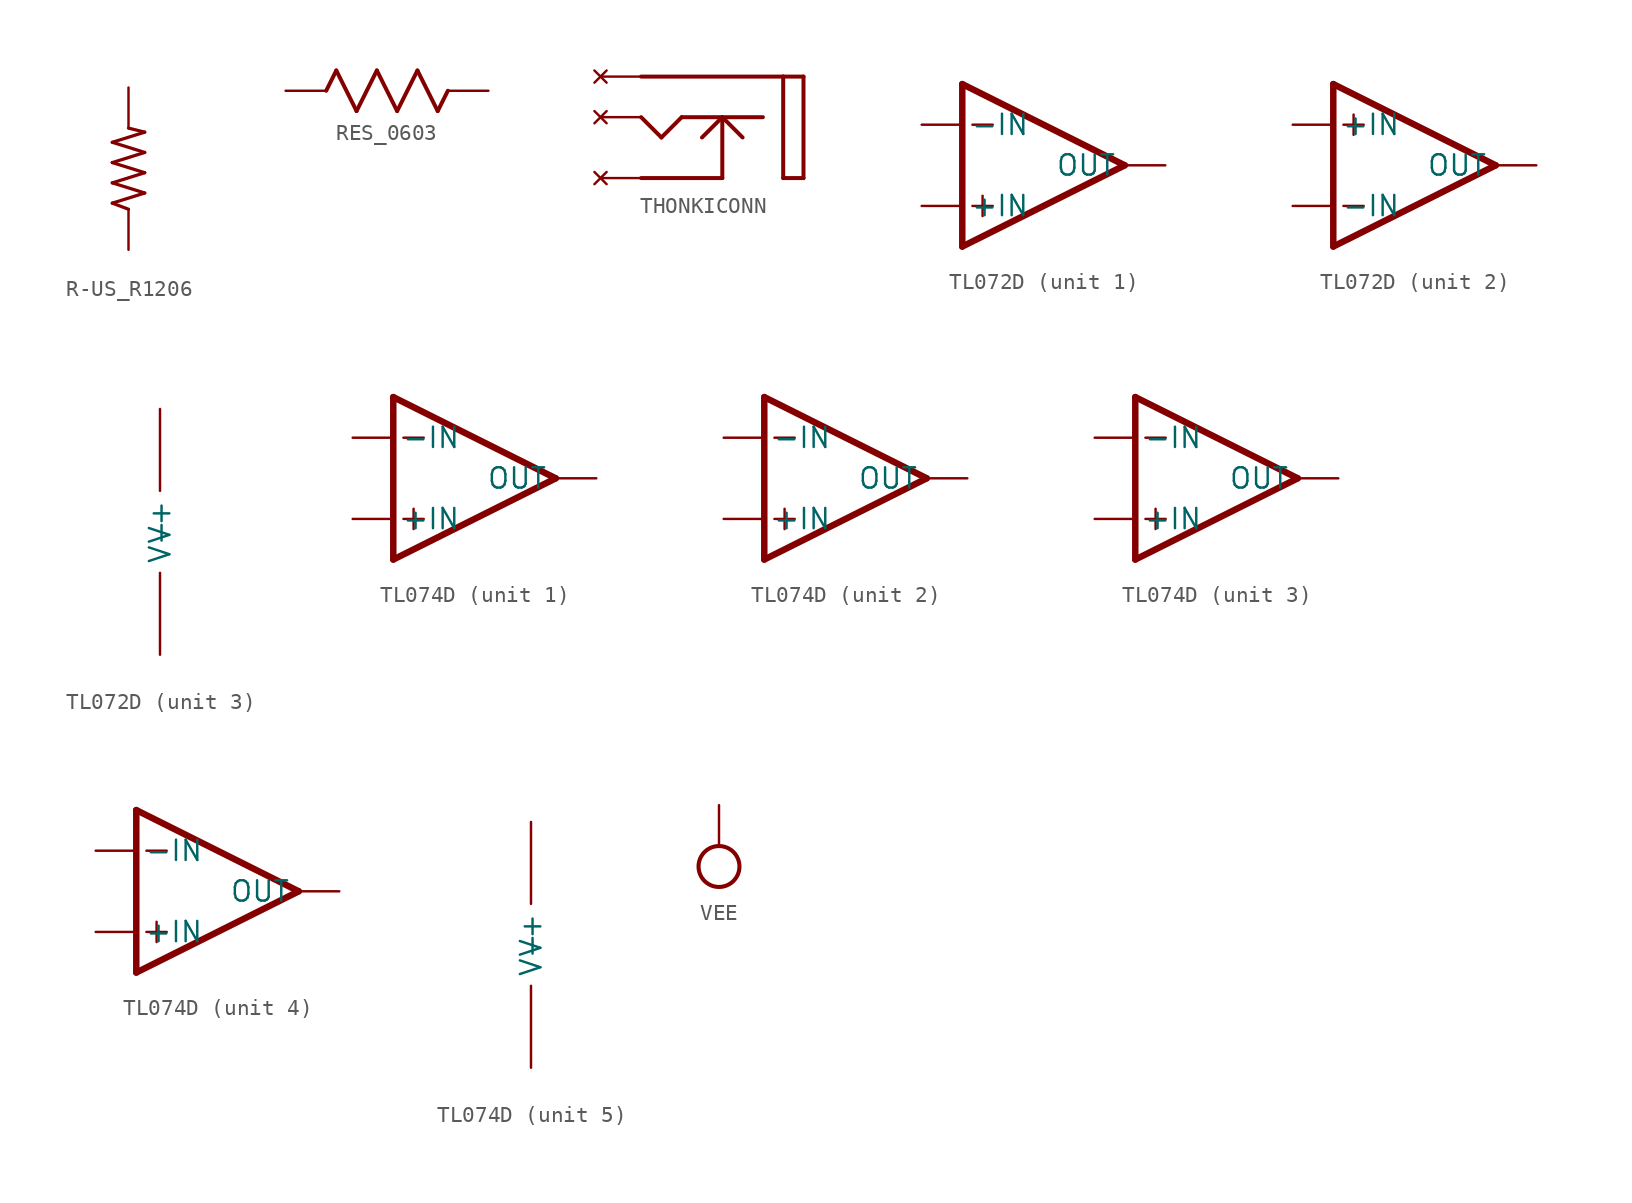
<source format=kicad_sym>
(kicad_symbol_lib
  (version 20231120)
  (generator "kicad_symbol_editor")
  (generator_version "8.0")
  (symbol "R-US_R1206"
    (property "Reference" "R"
      (at 0 0 0)
      (effects (font (size 1.27 1.27)) (hide yes)))
    (property "ki_locked" ""
      (at 0 0 0)
      (effects (font (size 1.27 1.27))))
    (symbol "R-US_R1206_1_0"
      (polyline (pts (xy -1.016 -2.159) (xy 1.016 -1.524)) (stroke (width 0.203) (type solid)) (fill (type none)))
      (polyline (pts (xy -1.016 -0.889) (xy 1.016 -0.254)) (stroke (width 0.203) (type solid)) (fill (type none)))
      (polyline (pts (xy -1.016 0.381) (xy 1.016 1.016)) (stroke (width 0.203) (type solid)) (fill (type none)))
      (polyline (pts (xy -1.016 1.651) (xy 1.016 2.286)) (stroke (width 0.203) (type solid)) (fill (type none)))
      (polyline (pts (xy 0 -2.54) (xy -1.016 -2.159)) (stroke (width 0.203) (type solid)) (fill (type none)))
      (polyline (pts (xy 1.016 -1.524) (xy -1.016 -0.889)) (stroke (width 0.203) (type solid)) (fill (type none)))
      (polyline (pts (xy 1.016 -0.254) (xy -1.016 0.381)) (stroke (width 0.203) (type solid)) (fill (type none)))
      (polyline (pts (xy 1.016 1.016) (xy -1.016 1.651)) (stroke (width 0.203) (type solid)) (fill (type none)))
      (polyline (pts (xy 1.016 2.286) (xy 0 2.54)) (stroke (width 0.203) (type solid)) (fill (type none)))
      (pin passive line (at 0 -5.08 90) (length 2.54) (name "1" (effects (font (size 0 0)))) (number "1" (effects (font (size 0 0)))))
      (pin passive line (at 0 5.08 270) (length 2.54) (name "2" (effects (font (size 0 0)))) (number "2" (effects (font (size 0 0)))))))
  (symbol "RES_0603"
    (property "Reference" "R"
      (at 0 0 0)
      (effects (font (size 1.27 1.27)) (hide yes)))
    (property "ki_locked" ""
      (at 0 0 0)
      (effects (font (size 1.27 1.27))))
    (symbol "RES_0603_1_0"
      (polyline (pts (xy -3.81 0) (xy -3.175 1.27)) (stroke (width 0.25) (type solid)) (fill (type none)))
      (polyline (pts (xy -3.175 1.27) (xy -1.905 -1.27)) (stroke (width 0.25) (type solid)) (fill (type none)))
      (polyline (pts (xy -1.905 -1.27) (xy -0.635 1.27)) (stroke (width 0.25) (type solid)) (fill (type none)))
      (polyline (pts (xy -0.635 1.27) (xy 0.635 -1.27)) (stroke (width 0.25) (type solid)) (fill (type none)))
      (polyline (pts (xy 0.635 -1.27) (xy 1.905 1.27)) (stroke (width 0.25) (type solid)) (fill (type none)))
      (polyline (pts (xy 1.905 1.27) (xy 3.175 -1.27)) (stroke (width 0.25) (type solid)) (fill (type none)))
      (polyline (pts (xy 3.175 -1.27) (xy 3.81 0)) (stroke (width 0.25) (type solid)) (fill (type none)))
      (pin passive line (at -6.35 0 0) (length 2.54) (name "1" (effects (font (size 0 0)))) (number "1" (effects (font (size 0 0)))))
      (pin passive line (at 6.35 0 180) (length 2.54) (name "2" (effects (font (size 0 0)))) (number "2" (effects (font (size 0 0)))))))
  (symbol "THONKICONN"
    (property "Reference" "J"
      (at 0 0 0)
      (effects (font (size 1.27 1.27)) (hide yes)))
    (property "ki_locked" ""
      (at 0 0 0)
      (effects (font (size 1.27 1.27))))
    (symbol "THONKICONN_1_0"
      (polyline (pts (xy -5.08 -3.175) (xy 0 -3.175)) (stroke (width 0.25) (type solid)) (fill (type none)))
      (polyline (pts (xy -5.08 0.635) (xy -3.81 -0.635)) (stroke (width 0.25) (type solid)) (fill (type none)))
      (polyline (pts (xy -3.81 -0.635) (xy -2.54 0.635)) (stroke (width 0.25) (type solid)) (fill (type none)))
      (polyline (pts (xy -2.54 0.635) (xy 2.54 0.635)) (stroke (width 0.25) (type solid)) (fill (type none)))
      (polyline (pts (xy -1.27 -0.635) (xy 0 0.635)) (stroke (width 0.25) (type solid)) (fill (type none)))
      (polyline (pts (xy 0 0.635) (xy 0 -3.175)) (stroke (width 0.25) (type solid)) (fill (type none)))
      (polyline (pts (xy 1.27 -0.635) (xy 0 0.635)) (stroke (width 0.25) (type solid)) (fill (type none)))
      (polyline (pts (xy 3.81 -3.175) (xy 3.81 3.175)) (stroke (width 0.25) (type solid)) (fill (type none)))
      (polyline (pts (xy 3.81 3.175) (xy -5.08 3.175)) (stroke (width 0.25) (type solid)) (fill (type none)))
      (polyline (pts (xy 3.81 3.175) (xy 5.08 3.175)) (stroke (width 0.25) (type solid)) (fill (type none)))
      (polyline (pts (xy 5.08 -3.175) (xy 3.81 -3.175)) (stroke (width 0.25) (type solid)) (fill (type none)))
      (polyline (pts (xy 5.08 3.175) (xy 5.08 -3.175)) (stroke (width 0.25) (type solid)) (fill (type none)))
      (pin no_connect line (at -7.62 -3.175 0) (length 2.54) (name "TN" (effects (font (size 0 0)))) (number "1" (effects (font (size 0 0)))))
      (pin no_connect line (at -7.62 0.635 0) (length 2.54) (name "Tip" (effects (font (size 0 0)))) (number "2" (effects (font (size 0 0)))))
      (pin no_connect line (at -7.62 3.175 0) (length 2.54) (name "GND" (effects (font (size 0 0)))) (number "3" (effects (font (size 0 0)))))))
  (symbol "TL072D"
    (property "Reference" "IC"
      (at 0 0 0)
      (effects (font (size 1.27 1.27)) (hide yes)))
    (property "ki_locked" ""
      (at 0 0 0)
      (effects (font (size 1.27 1.27))))
    (symbol "TL072D_1_0"
      (polyline (pts (xy -5.08 -5.08) (xy -5.08 5.08)) (stroke (width 0.406) (type solid)) (fill (type none)))
      (polyline (pts (xy -5.08 5.08) (xy 5.08 0)) (stroke (width 0.406) (type solid)) (fill (type none)))
      (polyline (pts (xy -4.445 -2.54) (xy -3.175 -2.54)) (stroke (width 0.152) (type solid)) (fill (type none)))
      (polyline (pts (xy -4.445 2.54) (xy -3.175 2.54)) (stroke (width 0.152) (type solid)) (fill (type none)))
      (polyline (pts (xy -3.81 -3.175) (xy -3.81 -1.905)) (stroke (width 0.152) (type solid)) (fill (type none)))
      (polyline (pts (xy 5.08 0) (xy -5.08 -5.08)) (stroke (width 0.406) (type solid)) (fill (type none)))
      (pin output line (at 7.62 0 180) (length 2.54) (name "OUT" (effects (font (size 1.27 1.27)))) (number "1" (effects (font (size 0 0)))))
      (pin input line (at -7.62 2.54 0) (length 2.54) (name "-IN" (effects (font (size 1.27 1.27)))) (number "2" (effects (font (size 0 0)))))
      (pin input line (at -7.62 -2.54 0) (length 2.54) (name "+IN" (effects (font (size 1.27 1.27)))) (number "3" (effects (font (size 0 0))))))
    (symbol "TL072D_2_0"
      (polyline (pts (xy -5.08 -5.08) (xy 5.08 0)) (stroke (width 0.406) (type solid)) (fill (type none)))
      (polyline (pts (xy -5.08 5.08) (xy -5.08 -5.08)) (stroke (width 0.406) (type solid)) (fill (type none)))
      (polyline (pts (xy -4.445 -2.54) (xy -3.175 -2.54)) (stroke (width 0.152) (type solid)) (fill (type none)))
      (polyline (pts (xy -4.445 2.54) (xy -3.175 2.54)) (stroke (width 0.152) (type solid)) (fill (type none)))
      (polyline (pts (xy -3.81 3.175) (xy -3.81 1.905)) (stroke (width 0.152) (type solid)) (fill (type none)))
      (polyline (pts (xy 5.08 0) (xy -5.08 5.08)) (stroke (width 0.406) (type solid)) (fill (type none)))
      (pin input line (at -7.62 2.54 0) (length 2.54) (name "+IN" (effects (font (size 1.27 1.27)))) (number "5" (effects (font (size 0 0)))))
      (pin input line (at -7.62 -2.54 0) (length 2.54) (name "-IN" (effects (font (size 1.27 1.27)))) (number "6" (effects (font (size 0 0)))))
      (pin output line (at 7.62 0 180) (length 2.54) (name "OUT" (effects (font (size 1.27 1.27)))) (number "7" (effects (font (size 0 0))))))
    (symbol "TL072D_3_0"
      (pin power_in line (at 0 -7.62 90) (length 5.08) (name "V-" (effects (font (size 1.27 1.27)))) (number "4" (effects (font (size 0 0)))))
      (pin power_in line (at 0 7.62 270) (length 5.08) (name "V+" (effects (font (size 1.27 1.27)))) (number "8" (effects (font (size 0 0)))))))
  (symbol "TL074D"
    (property "Reference" "IC"
      (at 0 0 0)
      (effects (font (size 1.27 1.27)) (hide yes)))
    (property "ki_locked" ""
      (at 0 0 0)
      (effects (font (size 1.27 1.27))))
    (symbol "TL074D_1_0"
      (polyline (pts (xy -5.08 -5.08) (xy -5.08 5.08)) (stroke (width 0.406) (type solid)) (fill (type none)))
      (polyline (pts (xy -5.08 5.08) (xy 5.08 0)) (stroke (width 0.406) (type solid)) (fill (type none)))
      (polyline (pts (xy -4.445 -2.54) (xy -3.175 -2.54)) (stroke (width 0.152) (type solid)) (fill (type none)))
      (polyline (pts (xy -4.445 2.54) (xy -3.175 2.54)) (stroke (width 0.152) (type solid)) (fill (type none)))
      (polyline (pts (xy -3.81 -3.175) (xy -3.81 -1.905)) (stroke (width 0.152) (type solid)) (fill (type none)))
      (polyline (pts (xy 5.08 0) (xy -5.08 -5.08)) (stroke (width 0.406) (type solid)) (fill (type none)))
      (pin output line (at 7.62 0 180) (length 2.54) (name "OUT" (effects (font (size 1.27 1.27)))) (number "1" (effects (font (size 0 0)))))
      (pin input line (at -7.62 2.54 0) (length 2.54) (name "-IN" (effects (font (size 1.27 1.27)))) (number "2" (effects (font (size 0 0)))))
      (pin input line (at -7.62 -2.54 0) (length 2.54) (name "+IN" (effects (font (size 1.27 1.27)))) (number "3" (effects (font (size 0 0))))))
    (symbol "TL074D_2_0"
      (polyline (pts (xy -5.08 -5.08) (xy -5.08 5.08)) (stroke (width 0.406) (type solid)) (fill (type none)))
      (polyline (pts (xy -5.08 5.08) (xy 5.08 0)) (stroke (width 0.406) (type solid)) (fill (type none)))
      (polyline (pts (xy -4.445 -2.54) (xy -3.175 -2.54)) (stroke (width 0.152) (type solid)) (fill (type none)))
      (polyline (pts (xy -4.445 2.54) (xy -3.175 2.54)) (stroke (width 0.152) (type solid)) (fill (type none)))
      (polyline (pts (xy -3.81 -3.175) (xy -3.81 -1.905)) (stroke (width 0.152) (type solid)) (fill (type none)))
      (polyline (pts (xy 5.08 0) (xy -5.08 -5.08)) (stroke (width 0.406) (type solid)) (fill (type none)))
      (pin input line (at -7.62 -2.54 0) (length 2.54) (name "+IN" (effects (font (size 1.27 1.27)))) (number "5" (effects (font (size 0 0)))))
      (pin input line (at -7.62 2.54 0) (length 2.54) (name "-IN" (effects (font (size 1.27 1.27)))) (number "6" (effects (font (size 0 0)))))
      (pin output line (at 7.62 0 180) (length 2.54) (name "OUT" (effects (font (size 1.27 1.27)))) (number "7" (effects (font (size 0 0))))))
    (symbol "TL074D_3_0"
      (polyline (pts (xy -5.08 -5.08) (xy -5.08 5.08)) (stroke (width 0.406) (type solid)) (fill (type none)))
      (polyline (pts (xy -5.08 5.08) (xy 5.08 0)) (stroke (width 0.406) (type solid)) (fill (type none)))
      (polyline (pts (xy -4.445 -2.54) (xy -3.175 -2.54)) (stroke (width 0.152) (type solid)) (fill (type none)))
      (polyline (pts (xy -4.445 2.54) (xy -3.175 2.54)) (stroke (width 0.152) (type solid)) (fill (type none)))
      (polyline (pts (xy -3.81 -3.175) (xy -3.81 -1.905)) (stroke (width 0.152) (type solid)) (fill (type none)))
      (polyline (pts (xy 5.08 0) (xy -5.08 -5.08)) (stroke (width 0.406) (type solid)) (fill (type none)))
      (pin input line (at -7.62 -2.54 0) (length 2.54) (name "+IN" (effects (font (size 1.27 1.27)))) (number "10" (effects (font (size 0 0)))))
      (pin output line (at 7.62 0 180) (length 2.54) (name "OUT" (effects (font (size 1.27 1.27)))) (number "8" (effects (font (size 0 0)))))
      (pin input line (at -7.62 2.54 0) (length 2.54) (name "-IN" (effects (font (size 1.27 1.27)))) (number "9" (effects (font (size 0 0))))))
    (symbol "TL074D_4_0"
      (polyline (pts (xy -5.08 -5.08) (xy -5.08 5.08)) (stroke (width 0.406) (type solid)) (fill (type none)))
      (polyline (pts (xy -5.08 5.08) (xy 5.08 0)) (stroke (width 0.406) (type solid)) (fill (type none)))
      (polyline (pts (xy -4.445 -2.54) (xy -3.175 -2.54)) (stroke (width 0.152) (type solid)) (fill (type none)))
      (polyline (pts (xy -4.445 2.54) (xy -3.175 2.54)) (stroke (width 0.152) (type solid)) (fill (type none)))
      (polyline (pts (xy -3.81 -3.175) (xy -3.81 -1.905)) (stroke (width 0.152) (type solid)) (fill (type none)))
      (polyline (pts (xy 5.08 0) (xy -5.08 -5.08)) (stroke (width 0.406) (type solid)) (fill (type none)))
      (pin input line (at -7.62 -2.54 0) (length 2.54) (name "+IN" (effects (font (size 1.27 1.27)))) (number "12" (effects (font (size 0 0)))))
      (pin input line (at -7.62 2.54 0) (length 2.54) (name "-IN" (effects (font (size 1.27 1.27)))) (number "13" (effects (font (size 0 0)))))
      (pin output line (at 7.62 0 180) (length 2.54) (name "OUT" (effects (font (size 1.27 1.27)))) (number "14" (effects (font (size 0 0))))))
    (symbol "TL074D_5_0"
      (pin power_in line (at 0 -7.62 90) (length 5.08) (name "V-" (effects (font (size 1.27 1.27)))) (number "11" (effects (font (size 0 0)))))
      (pin power_in line (at 0 7.62 270) (length 5.08) (name "V+" (effects (font (size 1.27 1.27)))) (number "4" (effects (font (size 0 0)))))))
  (symbol "VEE"
    (power)
    (property "Reference" "#SUPPLY"
      (at 0 0 0)
      (effects (font (size 1.27 1.27)) (hide yes)))
    (property "ki_locked" ""
      (at 0 0 0)
      (effects (font (size 1.27 1.27))))
    (symbol "VEE_1_0"
      (circle (center 0 0) (radius 1.27) (stroke (width 0.254) (type solid)) (fill (type none)))
      (pin power_in line (at 0 3.81 270) (length 2.54) (name "VEE" (effects (font (size 0 0)))) (number "1" (effects (font (size 0 0))))))))
</source>
